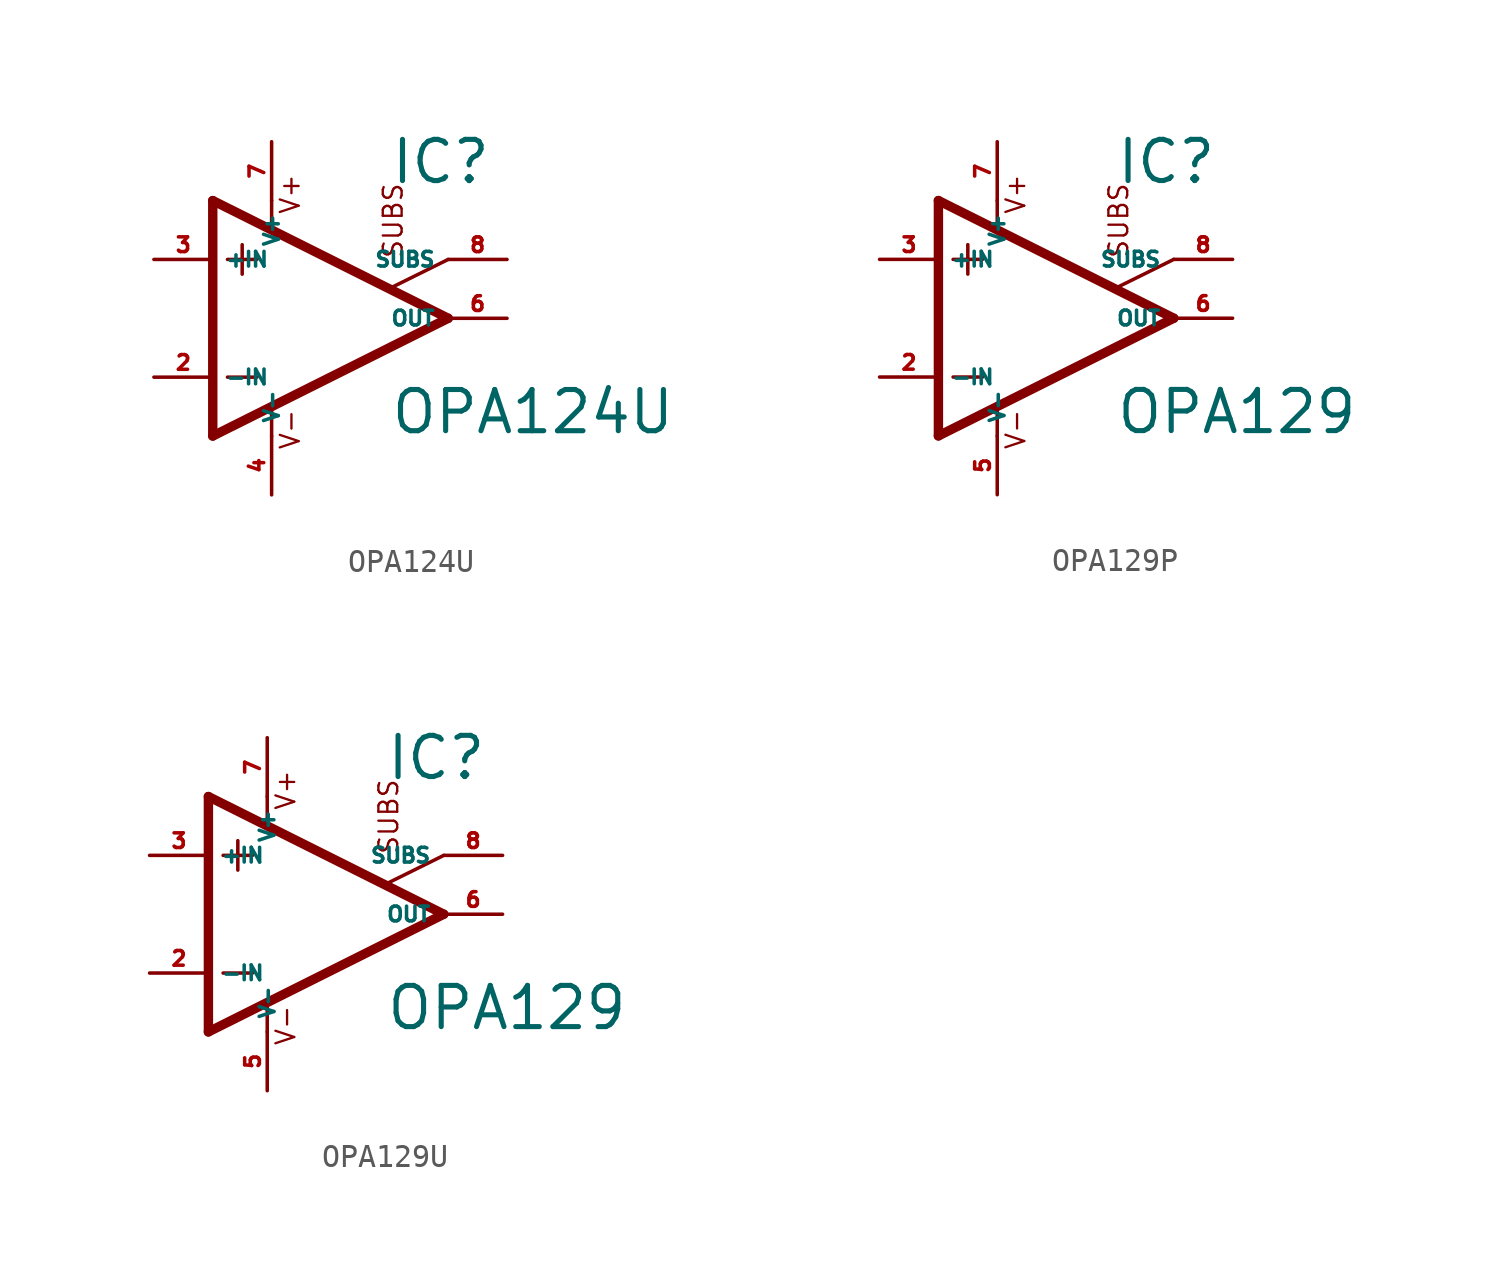
<source format=kicad_sym>
(kicad_symbol_lib
  (version 20220914)
  (generator Eagle2Kicad)
  (symbol "OPA124U"
    (property "Reference" "IC"
      (at 2.54 5.715 0)
      (effects (font (size 1.778 1.778) (thickness 0.22)) (justify left bottom)))
    (property "Value" "OPA124U"
      (at 2.54 -5.08 0)
      (effects (font (size 1.778 1.778) (thickness 0.22)) (justify left bottom)))
    (polyline
      (pts (xy -3.81 3.175) (xy -3.81 1.905))
      (stroke (width 0.152) (type default))
      (fill (type none)))
    (polyline
      (pts (xy -4.445 2.54) (xy -3.175 2.54))
      (stroke (width 0.152) (type default))
      (fill (type none)))
    (polyline
      (pts (xy -4.445 -2.54) (xy -3.175 -2.54))
      (stroke (width 0.152) (type default))
      (fill (type none)))
    (polyline
      (pts (xy -2.54 5.08) (xy -2.54 3.886))
      (stroke (width 0.152) (type default))
      (fill (type none)))
    (polyline
      (pts (xy -2.54 -3.912) (xy -2.54 -5.08))
      (stroke (width 0.152) (type default))
      (fill (type none)))
    (polyline
      (pts (xy 5.08 2.54) (xy 2.616 1.321))
      (stroke (width 0.152) (type default))
      (fill (type none)))
    (polyline
      (pts (xy 5.08 0) (xy -5.08 5.08))
      (stroke (width 0.406) (type default))
      (fill (type none)))
    (polyline
      (pts (xy -5.08 5.08) (xy -5.08 -5.08))
      (stroke (width 0.406) (type default))
      (fill (type none)))
    (polyline
      (pts (xy -5.08 -5.08) (xy 5.08 0))
      (stroke (width 0.406) (type default))
      (fill (type none)))
    (text "V+"
      (at -1.27 4.445 900)
      (effects (font (size 0.813 0.813) (thickness 0.10)) (justify left bottom)))
    (text "V-"
      (at -1.27 -5.715 900)
      (effects (font (size 0.813 0.813) (thickness 0.10)) (justify left bottom)))
    (text "SUBS"
      (at 3.175 2.54 900)
      (effects (font (size 0.813 0.813) (thickness 0.10)) (justify left bottom)))
    (pin passive line
      (at 7.62 2.54 180)
      (length 2.54)
      (name "SUBS" (effects (font (size 0.635 0.635) (thickness 0.08)) (justify left bottom)))
      (number "8" (effects (font (size 0.635 0.635) (thickness 0.08)) (justify left bottom))))
    (pin input line
      (at -7.62 -2.54 0)
      (length 2.54)
      (name "-IN" (effects (font (size 0.635 0.635) (thickness 0.08)) (justify left bottom)))
      (number "2" (effects (font (size 0.635 0.635) (thickness 0.08)) (justify left bottom))))
    (pin input line
      (at -7.62 2.54 0)
      (length 2.54)
      (name "+IN" (effects (font (size 0.635 0.635) (thickness 0.08)) (justify left bottom)))
      (number "3" (effects (font (size 0.635 0.635) (thickness 0.08)) (justify left bottom))))
    (pin output line
      (at 7.62 0 180)
      (length 2.54)
      (name "OUT" (effects (font (size 0.635 0.635) (thickness 0.08)) (justify left bottom)))
      (number "6" (effects (font (size 0.635 0.635) (thickness 0.08)) (justify left bottom))))
    (pin unspecified line
      (at -2.54 7.62 270)
      (length 2.54)
      (name "V+" (effects (font (size 0.635 0.635) (thickness 0.08)) (justify left bottom)))
      (number "7" (effects (font (size 0.635 0.635) (thickness 0.08)) (justify left bottom))))
    (pin unspecified line
      (at -2.54 -7.62 90)
      (length 2.54)
      (name "V-" (effects (font (size 0.635 0.635) (thickness 0.08)) (justify left bottom)))
      (number "4" (effects (font (size 0.635 0.635) (thickness 0.08)) (justify left bottom)))))
  (symbol "OPA129P"
    (property "Reference" "IC"
      (at 2.54 5.715 0)
      (effects (font (size 1.778 1.778) (thickness 0.22)) (justify left bottom)))
    (property "Value" "OPA129"
      (at 2.54 -5.08 0)
      (effects (font (size 1.778 1.778) (thickness 0.22)) (justify left bottom)))
    (polyline
      (pts (xy -3.81 3.175) (xy -3.81 1.905))
      (stroke (width 0.152) (type default))
      (fill (type none)))
    (polyline
      (pts (xy -4.445 2.54) (xy -3.175 2.54))
      (stroke (width 0.152) (type default))
      (fill (type none)))
    (polyline
      (pts (xy -4.445 -2.54) (xy -3.175 -2.54))
      (stroke (width 0.152) (type default))
      (fill (type none)))
    (polyline
      (pts (xy -2.54 5.08) (xy -2.54 3.886))
      (stroke (width 0.152) (type default))
      (fill (type none)))
    (polyline
      (pts (xy -2.54 -3.912) (xy -2.54 -5.08))
      (stroke (width 0.152) (type default))
      (fill (type none)))
    (polyline
      (pts (xy 5.08 2.54) (xy 2.616 1.321))
      (stroke (width 0.152) (type default))
      (fill (type none)))
    (polyline
      (pts (xy 5.08 0) (xy -5.08 5.08))
      (stroke (width 0.406) (type default))
      (fill (type none)))
    (polyline
      (pts (xy -5.08 5.08) (xy -5.08 -5.08))
      (stroke (width 0.406) (type default))
      (fill (type none)))
    (polyline
      (pts (xy -5.08 -5.08) (xy 5.08 0))
      (stroke (width 0.406) (type default))
      (fill (type none)))
    (text "V+"
      (at -1.27 4.445 900)
      (effects (font (size 0.813 0.813) (thickness 0.10)) (justify left bottom)))
    (text "V-"
      (at -1.27 -5.715 900)
      (effects (font (size 0.813 0.813) (thickness 0.10)) (justify left bottom)))
    (text "SUBS"
      (at 3.175 2.54 900)
      (effects (font (size 0.813 0.813) (thickness 0.10)) (justify left bottom)))
    (pin passive line
      (at 7.62 2.54 180)
      (length 2.54)
      (name "SUBS" (effects (font (size 0.635 0.635) (thickness 0.08)) (justify left bottom)))
      (number "8" (effects (font (size 0.635 0.635) (thickness 0.08)) (justify left bottom))))
    (pin input line
      (at -7.62 -2.54 0)
      (length 2.54)
      (name "-IN" (effects (font (size 0.635 0.635) (thickness 0.08)) (justify left bottom)))
      (number "2" (effects (font (size 0.635 0.635) (thickness 0.08)) (justify left bottom))))
    (pin input line
      (at -7.62 2.54 0)
      (length 2.54)
      (name "+IN" (effects (font (size 0.635 0.635) (thickness 0.08)) (justify left bottom)))
      (number "3" (effects (font (size 0.635 0.635) (thickness 0.08)) (justify left bottom))))
    (pin output line
      (at 7.62 0 180)
      (length 2.54)
      (name "OUT" (effects (font (size 0.635 0.635) (thickness 0.08)) (justify left bottom)))
      (number "6" (effects (font (size 0.635 0.635) (thickness 0.08)) (justify left bottom))))
    (pin unspecified line
      (at -2.54 7.62 270)
      (length 2.54)
      (name "V+" (effects (font (size 0.635 0.635) (thickness 0.08)) (justify left bottom)))
      (number "7" (effects (font (size 0.635 0.635) (thickness 0.08)) (justify left bottom))))
    (pin unspecified line
      (at -2.54 -7.62 90)
      (length 2.54)
      (name "V-" (effects (font (size 0.635 0.635) (thickness 0.08)) (justify left bottom)))
      (number "5" (effects (font (size 0.635 0.635) (thickness 0.08)) (justify left bottom)))))
  (symbol "OPA129U"
    (property "Reference" "IC"
      (at 2.54 5.715 0)
      (effects (font (size 1.778 1.778) (thickness 0.22)) (justify left bottom)))
    (property "Value" "OPA129"
      (at 2.54 -5.08 0)
      (effects (font (size 1.778 1.778) (thickness 0.22)) (justify left bottom)))
    (polyline
      (pts (xy -3.81 3.175) (xy -3.81 1.905))
      (stroke (width 0.152) (type default))
      (fill (type none)))
    (polyline
      (pts (xy -4.445 2.54) (xy -3.175 2.54))
      (stroke (width 0.152) (type default))
      (fill (type none)))
    (polyline
      (pts (xy -4.445 -2.54) (xy -3.175 -2.54))
      (stroke (width 0.152) (type default))
      (fill (type none)))
    (polyline
      (pts (xy -2.54 5.08) (xy -2.54 3.886))
      (stroke (width 0.152) (type default))
      (fill (type none)))
    (polyline
      (pts (xy -2.54 -3.912) (xy -2.54 -5.08))
      (stroke (width 0.152) (type default))
      (fill (type none)))
    (polyline
      (pts (xy 5.08 2.54) (xy 2.616 1.321))
      (stroke (width 0.152) (type default))
      (fill (type none)))
    (polyline
      (pts (xy 5.08 0) (xy -5.08 5.08))
      (stroke (width 0.406) (type default))
      (fill (type none)))
    (polyline
      (pts (xy -5.08 5.08) (xy -5.08 -5.08))
      (stroke (width 0.406) (type default))
      (fill (type none)))
    (polyline
      (pts (xy -5.08 -5.08) (xy 5.08 0))
      (stroke (width 0.406) (type default))
      (fill (type none)))
    (text "V+"
      (at -1.27 4.445 900)
      (effects (font (size 0.813 0.813) (thickness 0.10)) (justify left bottom)))
    (text "V-"
      (at -1.27 -5.715 900)
      (effects (font (size 0.813 0.813) (thickness 0.10)) (justify left bottom)))
    (text "SUBS"
      (at 3.175 2.54 900)
      (effects (font (size 0.813 0.813) (thickness 0.10)) (justify left bottom)))
    (pin passive line
      (at 7.62 2.54 180)
      (length 2.54)
      (name "SUBS" (effects (font (size 0.635 0.635) (thickness 0.08)) (justify left bottom)))
      (number "8" (effects (font (size 0.635 0.635) (thickness 0.08)) (justify left bottom))))
    (pin input line
      (at -7.62 -2.54 0)
      (length 2.54)
      (name "-IN" (effects (font (size 0.635 0.635) (thickness 0.08)) (justify left bottom)))
      (number "2" (effects (font (size 0.635 0.635) (thickness 0.08)) (justify left bottom))))
    (pin input line
      (at -7.62 2.54 0)
      (length 2.54)
      (name "+IN" (effects (font (size 0.635 0.635) (thickness 0.08)) (justify left bottom)))
      (number "3" (effects (font (size 0.635 0.635) (thickness 0.08)) (justify left bottom))))
    (pin output line
      (at 7.62 0 180)
      (length 2.54)
      (name "OUT" (effects (font (size 0.635 0.635) (thickness 0.08)) (justify left bottom)))
      (number "6" (effects (font (size 0.635 0.635) (thickness 0.08)) (justify left bottom))))
    (pin unspecified line
      (at -2.54 7.62 270)
      (length 2.54)
      (name "V+" (effects (font (size 0.635 0.635) (thickness 0.08)) (justify left bottom)))
      (number "7" (effects (font (size 0.635 0.635) (thickness 0.08)) (justify left bottom))))
    (pin unspecified line
      (at -2.54 -7.62 90)
      (length 2.54)
      (name "V-" (effects (font (size 0.635 0.635) (thickness 0.08)) (justify left bottom)))
      (number "5" (effects (font (size 0.635 0.635) (thickness 0.08)) (justify left bottom))))))
</source>
